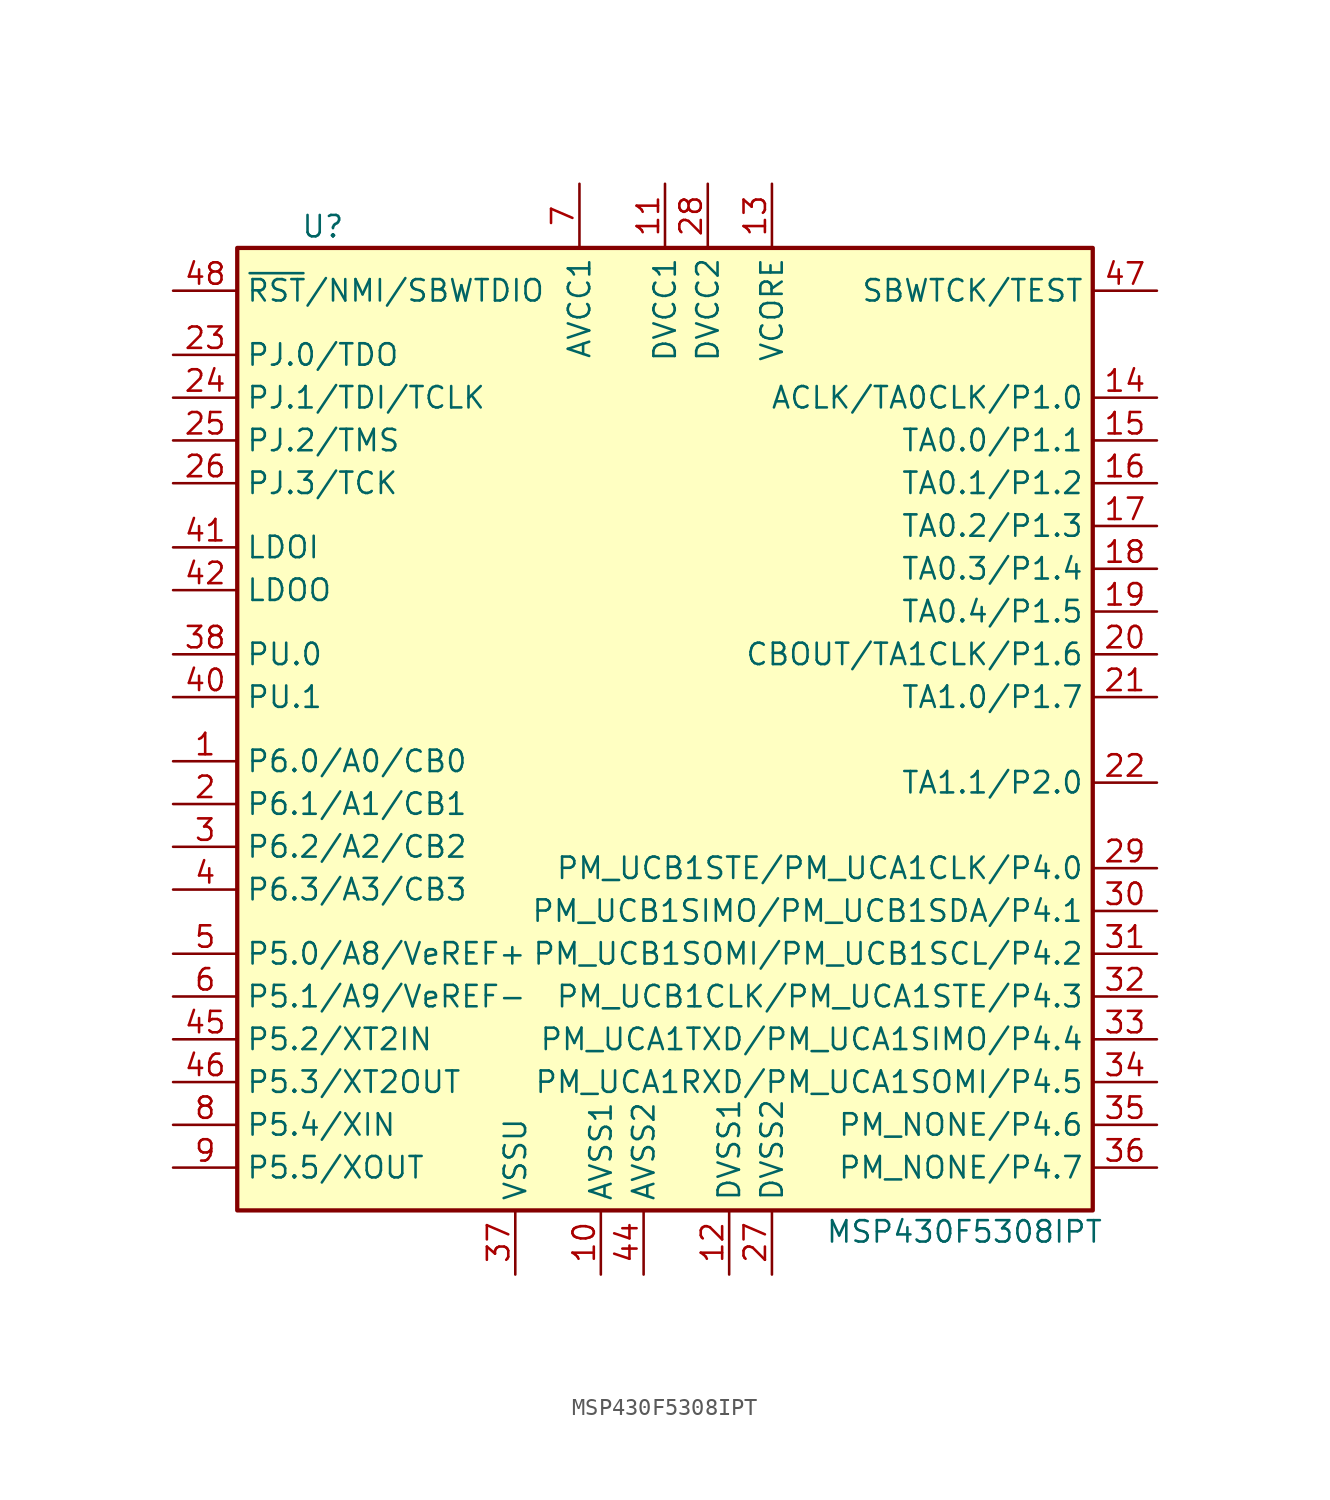
<source format=kicad_sym>
(kicad_symbol_lib
  (version 20201005)
  (generator kicad_symbol_editor)
  (symbol "MCU_Texas_MSP430:MSP430F5308IPT"
    (property "Reference" "U"
      (at -21.59 30.48 0)
      (effects (font (size 1.27 1.27))))
    (property "Value" "MSP430F5308IPT"
      (at 16.51 -29.21 0)
      (effects (font (size 1.27 1.27))))
    (symbol "MSP430F5308IPT_0_1"
      (rectangle (start -26.67 29.21) (end 24.13 -27.94) (stroke (width 0.254)) (fill (type background))))
    (symbol "MSP430F5308IPT_1_1"
      (pin bidirectional line (at -30.48 -1.27 0) (length 3.81) (name "P6.0/A0/CB0" (effects (font (size 1.27 1.27)))) (number "1" (effects (font (size 1.27 1.27)))))
      (pin power_in line (at -5.08 -31.75 90) (length 3.81) (name "AVSS1" (effects (font (size 1.27 1.27)))) (number "10" (effects (font (size 1.27 1.27)))))
      (pin power_in line (at -1.27 33.02 270) (length 3.81) (name "DVCC1" (effects (font (size 1.27 1.27)))) (number "11" (effects (font (size 1.27 1.27)))))
      (pin power_in line (at 2.54 -31.75 90) (length 3.81) (name "DVSS1" (effects (font (size 1.27 1.27)))) (number "12" (effects (font (size 1.27 1.27)))))
      (pin bidirectional line (at 5.08 33.02 270) (length 3.81) (name "VCORE" (effects (font (size 1.27 1.27)))) (number "13" (effects (font (size 1.27 1.27)))))
      (pin bidirectional line (at 27.94 20.32 180) (length 3.81) (name "ACLK/TA0CLK/P1.0" (effects (font (size 1.27 1.27)))) (number "14" (effects (font (size 1.27 1.27)))))
      (pin bidirectional line (at 27.94 17.78 180) (length 3.81) (name "TA0.0/P1.1" (effects (font (size 1.27 1.27)))) (number "15" (effects (font (size 1.27 1.27)))))
      (pin bidirectional line (at 27.94 15.24 180) (length 3.81) (name "TA0.1/P1.2" (effects (font (size 1.27 1.27)))) (number "16" (effects (font (size 1.27 1.27)))))
      (pin bidirectional line (at 27.94 12.7 180) (length 3.81) (name "TA0.2/P1.3" (effects (font (size 1.27 1.27)))) (number "17" (effects (font (size 1.27 1.27)))))
      (pin bidirectional line (at 27.94 10.16 180) (length 3.81) (name "TA0.3/P1.4" (effects (font (size 1.27 1.27)))) (number "18" (effects (font (size 1.27 1.27)))))
      (pin bidirectional line (at 27.94 7.62 180) (length 3.81) (name "TA0.4/P1.5" (effects (font (size 1.27 1.27)))) (number "19" (effects (font (size 1.27 1.27)))))
      (pin bidirectional line (at -30.48 -3.81 0) (length 3.81) (name "P6.1/A1/CB1" (effects (font (size 1.27 1.27)))) (number "2" (effects (font (size 1.27 1.27)))))
      (pin bidirectional line (at 27.94 5.08 180) (length 3.81) (name "CBOUT/TA1CLK/P1.6" (effects (font (size 1.27 1.27)))) (number "20" (effects (font (size 1.27 1.27)))))
      (pin bidirectional line (at 27.94 2.54 180) (length 3.81) (name "TA1.0/P1.7" (effects (font (size 1.27 1.27)))) (number "21" (effects (font (size 1.27 1.27)))))
      (pin bidirectional line (at 27.94 -2.54 180) (length 3.81) (name "TA1.1/P2.0" (effects (font (size 1.27 1.27)))) (number "22" (effects (font (size 1.27 1.27)))))
      (pin bidirectional line (at -30.48 22.86 0) (length 3.81) (name "PJ.0/TDO" (effects (font (size 1.27 1.27)))) (number "23" (effects (font (size 1.27 1.27)))))
      (pin bidirectional line (at -30.48 20.32 0) (length 3.81) (name "PJ.1/TDI/TCLK" (effects (font (size 1.27 1.27)))) (number "24" (effects (font (size 1.27 1.27)))))
      (pin bidirectional line (at -30.48 17.78 0) (length 3.81) (name "PJ.2/TMS" (effects (font (size 1.27 1.27)))) (number "25" (effects (font (size 1.27 1.27)))))
      (pin bidirectional line (at -30.48 15.24 0) (length 3.81) (name "PJ.3/TCK" (effects (font (size 1.27 1.27)))) (number "26" (effects (font (size 1.27 1.27)))))
      (pin power_in line (at 5.08 -31.75 90) (length 3.81) (name "DVSS2" (effects (font (size 1.27 1.27)))) (number "27" (effects (font (size 1.27 1.27)))))
      (pin power_in line (at 1.27 33.02 270) (length 3.81) (name "DVCC2" (effects (font (size 1.27 1.27)))) (number "28" (effects (font (size 1.27 1.27)))))
      (pin bidirectional line (at 27.94 -7.62 180) (length 3.81) (name "PM_UCB1STE/PM_UCA1CLK/P4.0" (effects (font (size 1.27 1.27)))) (number "29" (effects (font (size 1.27 1.27)))))
      (pin bidirectional line (at -30.48 -6.35 0) (length 3.81) (name "P6.2/A2/CB2" (effects (font (size 1.27 1.27)))) (number "3" (effects (font (size 1.27 1.27)))))
      (pin bidirectional line (at 27.94 -10.16 180) (length 3.81) (name "PM_UCB1SIMO/PM_UCB1SDA/P4.1" (effects (font (size 1.27 1.27)))) (number "30" (effects (font (size 1.27 1.27)))))
      (pin bidirectional line (at 27.94 -12.7 180) (length 3.81) (name "PM_UCB1SOMI/PM_UCB1SCL/P4.2" (effects (font (size 1.27 1.27)))) (number "31" (effects (font (size 1.27 1.27)))))
      (pin bidirectional line (at 27.94 -15.24 180) (length 3.81) (name "PM_UCB1CLK/PM_UCA1STE/P4.3" (effects (font (size 1.27 1.27)))) (number "32" (effects (font (size 1.27 1.27)))))
      (pin bidirectional line (at 27.94 -17.78 180) (length 3.81) (name "PM_UCA1TXD/PM_UCA1SIMO/P4.4" (effects (font (size 1.27 1.27)))) (number "33" (effects (font (size 1.27 1.27)))))
      (pin bidirectional line (at 27.94 -20.32 180) (length 3.81) (name "PM_UCA1RXD/PM_UCA1SOMI/P4.5" (effects (font (size 1.27 1.27)))) (number "34" (effects (font (size 1.27 1.27)))))
      (pin bidirectional line (at 27.94 -22.86 180) (length 3.81) (name "PM_NONE/P4.6" (effects (font (size 1.27 1.27)))) (number "35" (effects (font (size 1.27 1.27)))))
      (pin bidirectional line (at 27.94 -25.4 180) (length 3.81) (name "PM_NONE/P4.7" (effects (font (size 1.27 1.27)))) (number "36" (effects (font (size 1.27 1.27)))))
      (pin power_in line (at -10.16 -31.75 90) (length 3.81) (name "VSSU" (effects (font (size 1.27 1.27)))) (number "37" (effects (font (size 1.27 1.27)))))
      (pin bidirectional line (at -30.48 5.08 0) (length 3.81) (name "PU.0" (effects (font (size 1.27 1.27)))) (number "38" (effects (font (size 1.27 1.27)))))
      (pin bidirectional line (at -30.48 -8.89 0) (length 3.81) (name "P6.3/A3/CB3" (effects (font (size 1.27 1.27)))) (number "4" (effects (font (size 1.27 1.27)))))
      (pin bidirectional line (at -30.48 2.54 0) (length 3.81) (name "PU.1" (effects (font (size 1.27 1.27)))) (number "40" (effects (font (size 1.27 1.27)))))
      (pin power_in line (at -30.48 11.43 0) (length 3.81) (name "LDOI" (effects (font (size 1.27 1.27)))) (number "41" (effects (font (size 1.27 1.27)))))
      (pin power_out line (at -30.48 8.89 0) (length 3.81) (name "LDOO" (effects (font (size 1.27 1.27)))) (number "42" (effects (font (size 1.27 1.27)))))
      (pin power_in line (at -2.54 -31.75 90) (length 3.81) (name "AVSS2" (effects (font (size 1.27 1.27)))) (number "44" (effects (font (size 1.27 1.27)))))
      (pin bidirectional line (at -30.48 -17.78 0) (length 3.81) (name "P5.2/XT2IN" (effects (font (size 1.27 1.27)))) (number "45" (effects (font (size 1.27 1.27)))))
      (pin bidirectional line (at -30.48 -20.32 0) (length 3.81) (name "P5.3/XT2OUT" (effects (font (size 1.27 1.27)))) (number "46" (effects (font (size 1.27 1.27)))))
      (pin input line (at 27.94 26.67 180) (length 3.81) (name "SBWTCK/TEST" (effects (font (size 1.27 1.27)))) (number "47" (effects (font (size 1.27 1.27)))))
      (pin input line (at -30.48 26.67 0) (length 3.81) (name "~RST~/NMI/SBWTDIO" (effects (font (size 1.27 1.27)))) (number "48" (effects (font (size 1.27 1.27)))))
      (pin bidirectional line (at -30.48 -12.7 0) (length 3.81) (name "P5.0/A8/VeREF+" (effects (font (size 1.27 1.27)))) (number "5" (effects (font (size 1.27 1.27)))))
      (pin bidirectional line (at -30.48 -15.24 0) (length 3.81) (name "P5.1/A9/VeREF-" (effects (font (size 1.27 1.27)))) (number "6" (effects (font (size 1.27 1.27)))))
      (pin power_in line (at -6.35 33.02 270) (length 3.81) (name "AVCC1" (effects (font (size 1.27 1.27)))) (number "7" (effects (font (size 1.27 1.27)))))
      (pin bidirectional line (at -30.48 -22.86 0) (length 3.81) (name "P5.4/XIN" (effects (font (size 1.27 1.27)))) (number "8" (effects (font (size 1.27 1.27)))))
      (pin bidirectional line (at -30.48 -25.4 0) (length 3.81) (name "P5.5/XOUT" (effects (font (size 1.27 1.27)))) (number "9" (effects (font (size 1.27 1.27))))))))
</source>
